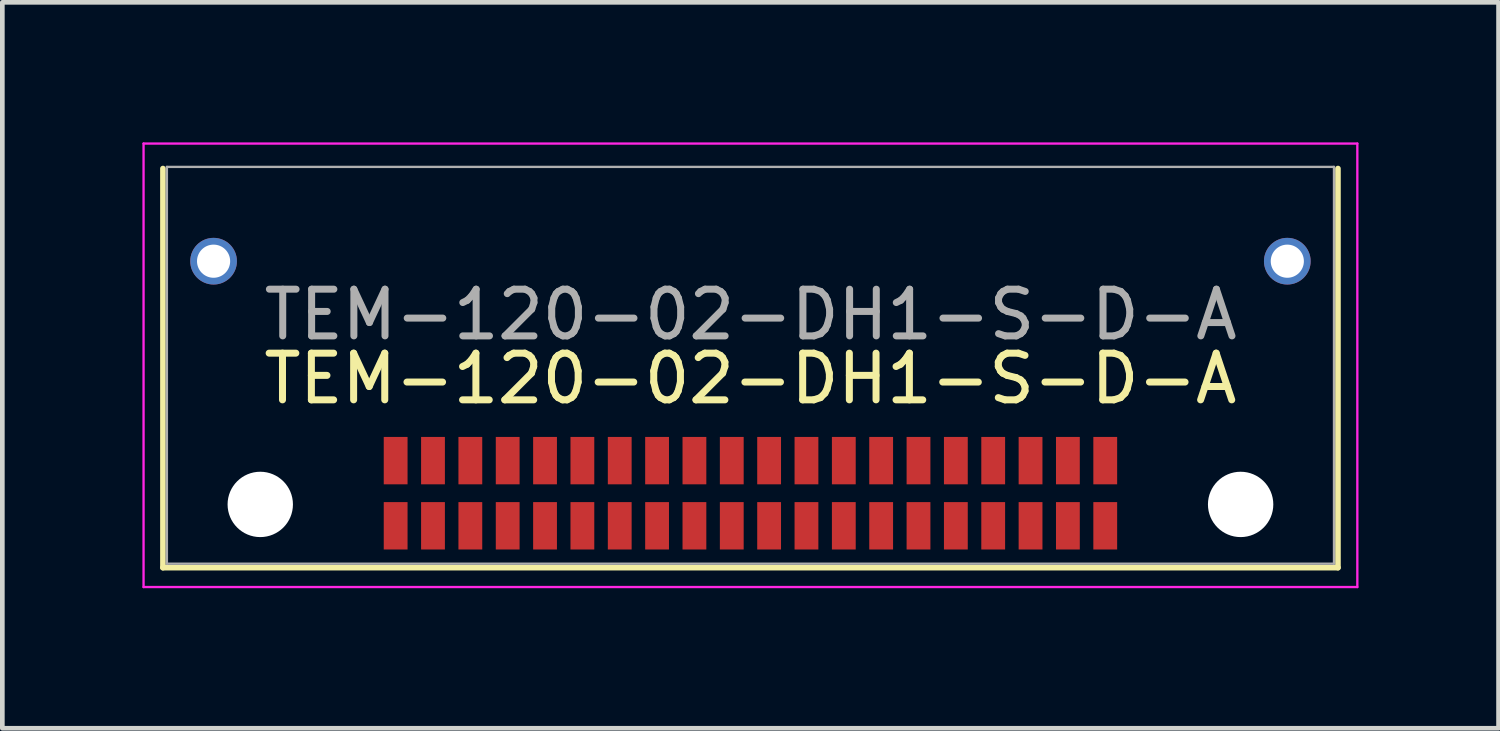
<source format=kicad_pcb>
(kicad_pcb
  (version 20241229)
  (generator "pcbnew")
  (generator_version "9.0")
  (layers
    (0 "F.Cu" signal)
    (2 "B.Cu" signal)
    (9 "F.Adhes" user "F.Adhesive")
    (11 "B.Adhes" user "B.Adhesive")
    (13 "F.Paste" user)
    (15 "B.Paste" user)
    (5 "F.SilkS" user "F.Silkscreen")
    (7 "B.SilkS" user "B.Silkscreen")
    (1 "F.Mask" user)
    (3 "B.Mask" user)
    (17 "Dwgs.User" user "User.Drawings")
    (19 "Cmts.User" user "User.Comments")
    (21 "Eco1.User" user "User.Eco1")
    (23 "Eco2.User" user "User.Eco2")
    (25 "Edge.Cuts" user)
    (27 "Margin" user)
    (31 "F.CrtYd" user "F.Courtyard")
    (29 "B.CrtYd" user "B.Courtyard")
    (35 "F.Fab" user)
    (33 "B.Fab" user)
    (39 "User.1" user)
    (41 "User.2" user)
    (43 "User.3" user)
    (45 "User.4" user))
  (footprint "TEM-120-02-DH1-S-D-A"
    (layer "F.Cu")
    (at 13.025 7.515)
    (property "Reference" "TEM-120-02-DH1-S-D-A" (at 0 -2.455 0) (layer "F.SilkS") (effects (font (size 1 1) (thickness 0.15))))
    (attr smd)
    (fp_line (start -12.585 -6.955) (end -12.585 1.595) (stroke (width 0.12) (type solid)) (layer "F.SilkS"))
    (fp_line (start -12.585 1.595) (end 12.585 1.595) (stroke (width 0.12) (type solid)) (layer "F.SilkS"))
    (fp_line (start 12.585 -6.955) (end 12.585 1.595) (stroke (width 0.12) (type solid)) (layer "F.SilkS"))
    (fp_line (start -13 -7.49) (end 13 -7.49) (stroke (width 0.05) (type solid)) (layer "F.CrtYd"))
    (fp_line (start -13 2.01) (end -13 -7.49) (stroke (width 0.05) (type solid)) (layer "F.CrtYd"))
    (fp_line (start -13 2.01) (end 13 2.01) (stroke (width 0.05) (type solid)) (layer "F.CrtYd"))
    (fp_line (start 13 -7.49) (end 13 2.01) (stroke (width 0.05) (type solid)) (layer "F.CrtYd"))
    (fp_line (start -12.5 -6.99) (end 12.5 -6.99) (stroke (width 0.05) (type solid)) (layer "F.Fab"))
    (fp_line (start -12.5 1.51) (end -12.5 -6.99) (stroke (width 0.05) (type solid)) (layer "F.Fab"))
    (fp_line (start -12.5 1.51) (end 12.5 1.51) (stroke (width 0.05) (type solid)) (layer "F.Fab"))
    (fp_line (start 12.5 -6.99) (end 12.5 1.51) (stroke (width 0.05) (type solid)) (layer "F.Fab"))
    (fp_text user "${REFERENCE}" (at 0.005 -3.825 0) (layer "F.Fab") (effects (font (size 1 1) (thickness 0.15))))
    (pad "" thru_hole circle (at -11.5 -4.97) (size 1 1) (drill 0.71) (layers "*.Cu" "*.Mask"))
    (pad "" np_thru_hole circle (at -10.5 0.24) (size 1.4 1.4) (drill 1.4) (layers "*.Cu" "*.Mask"))
    (pad "" np_thru_hole circle (at 10.5 0.24) (size 1.4 1.4) (drill 1.4) (layers "*.Cu" "*.Mask"))
    (pad "" thru_hole circle (at 11.5 -4.97) (size 1 1) (drill 0.71) (layers "*.Cu" "*.Mask"))
    (pad "1" smd rect (at 7.6 -0.698) (size 0.51 1.015) (layers "F.Cu" "F.Mask" "F.Paste"))
    (pad "2" smd rect (at 7.6 0.698) (size 0.51 1.015) (layers "F.Cu" "F.Mask" "F.Paste"))
    (pad "3" smd rect (at 6.8 -0.698) (size 0.51 1.015) (layers "F.Cu" "F.Mask" "F.Paste"))
    (pad "4" smd rect (at 6.8 0.698) (size 0.51 1.015) (layers "F.Cu" "F.Mask" "F.Paste"))
    (pad "5" smd rect (at 6 -0.698) (size 0.51 1.015) (layers "F.Cu" "F.Mask" "F.Paste"))
    (pad "6" smd rect (at 6 0.698) (size 0.51 1.015) (layers "F.Cu" "F.Mask" "F.Paste"))
    (pad "7" smd rect (at 5.2 -0.698) (size 0.51 1.015) (layers "F.Cu" "F.Mask" "F.Paste"))
    (pad "8" smd rect (at 5.2 0.698) (size 0.51 1.015) (layers "F.Cu" "F.Mask" "F.Paste"))
    (pad "9" smd rect (at 4.4 -0.698) (size 0.51 1.015) (layers "F.Cu" "F.Mask" "F.Paste"))
    (pad "10" smd rect (at 4.4 0.698) (size 0.51 1.015) (layers "F.Cu" "F.Mask" "F.Paste"))
    (pad "11" smd rect (at 3.6 -0.698) (size 0.51 1.015) (layers "F.Cu" "F.Mask" "F.Paste"))
    (pad "12" smd rect (at 3.6 0.698) (size 0.51 1.015) (layers "F.Cu" "F.Mask" "F.Paste"))
    (pad "13" smd rect (at 2.8 -0.698) (size 0.51 1.015) (layers "F.Cu" "F.Mask" "F.Paste"))
    (pad "14" smd rect (at 2.8 0.698) (size 0.51 1.015) (layers "F.Cu" "F.Mask" "F.Paste"))
    (pad "15" smd rect (at 2 -0.698) (size 0.51 1.015) (layers "F.Cu" "F.Mask" "F.Paste"))
    (pad "16" smd rect (at 2 0.698) (size 0.51 1.015) (layers "F.Cu" "F.Mask" "F.Paste"))
    (pad "17" smd rect (at 1.2 -0.698) (size 0.51 1.015) (layers "F.Cu" "F.Mask" "F.Paste"))
    (pad "18" smd rect (at 1.2 0.698) (size 0.51 1.015) (layers "F.Cu" "F.Mask" "F.Paste"))
    (pad "19" smd rect (at 0.4 -0.698) (size 0.51 1.015) (layers "F.Cu" "F.Mask" "F.Paste"))
    (pad "20" smd rect (at 0.4 0.698) (size 0.51 1.015) (layers "F.Cu" "F.Mask" "F.Paste"))
    (pad "21" smd rect (at -0.4 -0.698) (size 0.51 1.015) (layers "F.Cu" "F.Mask" "F.Paste"))
    (pad "22" smd rect (at -0.4 0.698) (size 0.51 1.015) (layers "F.Cu" "F.Mask" "F.Paste"))
    (pad "23" smd rect (at -1.2 -0.698) (size 0.51 1.015) (layers "F.Cu" "F.Mask" "F.Paste"))
    (pad "24" smd rect (at -1.2 0.698) (size 0.51 1.015) (layers "F.Cu" "F.Mask" "F.Paste"))
    (pad "25" smd rect (at -2 -0.698) (size 0.51 1.015) (layers "F.Cu" "F.Mask" "F.Paste"))
    (pad "26" smd rect (at -2 0.698) (size 0.51 1.015) (layers "F.Cu" "F.Mask" "F.Paste"))
    (pad "27" smd rect (at -2.8 -0.698) (size 0.51 1.015) (layers "F.Cu" "F.Mask" "F.Paste"))
    (pad "28" smd rect (at -2.8 0.698) (size 0.51 1.015) (layers "F.Cu" "F.Mask" "F.Paste"))
    (pad "29" smd rect (at -3.6 -0.698) (size 0.51 1.015) (layers "F.Cu" "F.Mask" "F.Paste"))
    (pad "30" smd rect (at -3.6 0.698) (size 0.51 1.015) (layers "F.Cu" "F.Mask" "F.Paste"))
    (pad "31" smd rect (at -4.4 -0.698) (size 0.51 1.015) (layers "F.Cu" "F.Mask" "F.Paste"))
    (pad "32" smd rect (at -4.4 0.698) (size 0.51 1.015) (layers "F.Cu" "F.Mask" "F.Paste"))
    (pad "33" smd rect (at -5.2 -0.698) (size 0.51 1.015) (layers "F.Cu" "F.Mask" "F.Paste"))
    (pad "34" smd rect (at -5.2 0.698) (size 0.51 1.015) (layers "F.Cu" "F.Mask" "F.Paste"))
    (pad "35" smd rect (at -6 -0.698) (size 0.51 1.015) (layers "F.Cu" "F.Mask" "F.Paste"))
    (pad "36" smd rect (at -6 0.698) (size 0.51 1.015) (layers "F.Cu" "F.Mask" "F.Paste"))
    (pad "37" smd rect (at -6.8 -0.698) (size 0.51 1.015) (layers "F.Cu" "F.Mask" "F.Paste"))
    (pad "38" smd rect (at -6.8 0.698) (size 0.51 1.015) (layers "F.Cu" "F.Mask" "F.Paste"))
    (pad "39" smd rect (at -7.6 -0.698) (size 0.51 1.015) (layers "F.Cu" "F.Mask" "F.Paste"))
    (pad "40" smd rect (at -7.6 0.698) (size 0.51 1.015) (layers "F.Cu" "F.Mask" "F.Paste")))
  (gr_rect
    (start -3 -3)
    (end 29.05 12.55)
    (stroke (width 0.1) (type default))
    (fill no)
    (layer "Edge.Cuts")))
</source>
